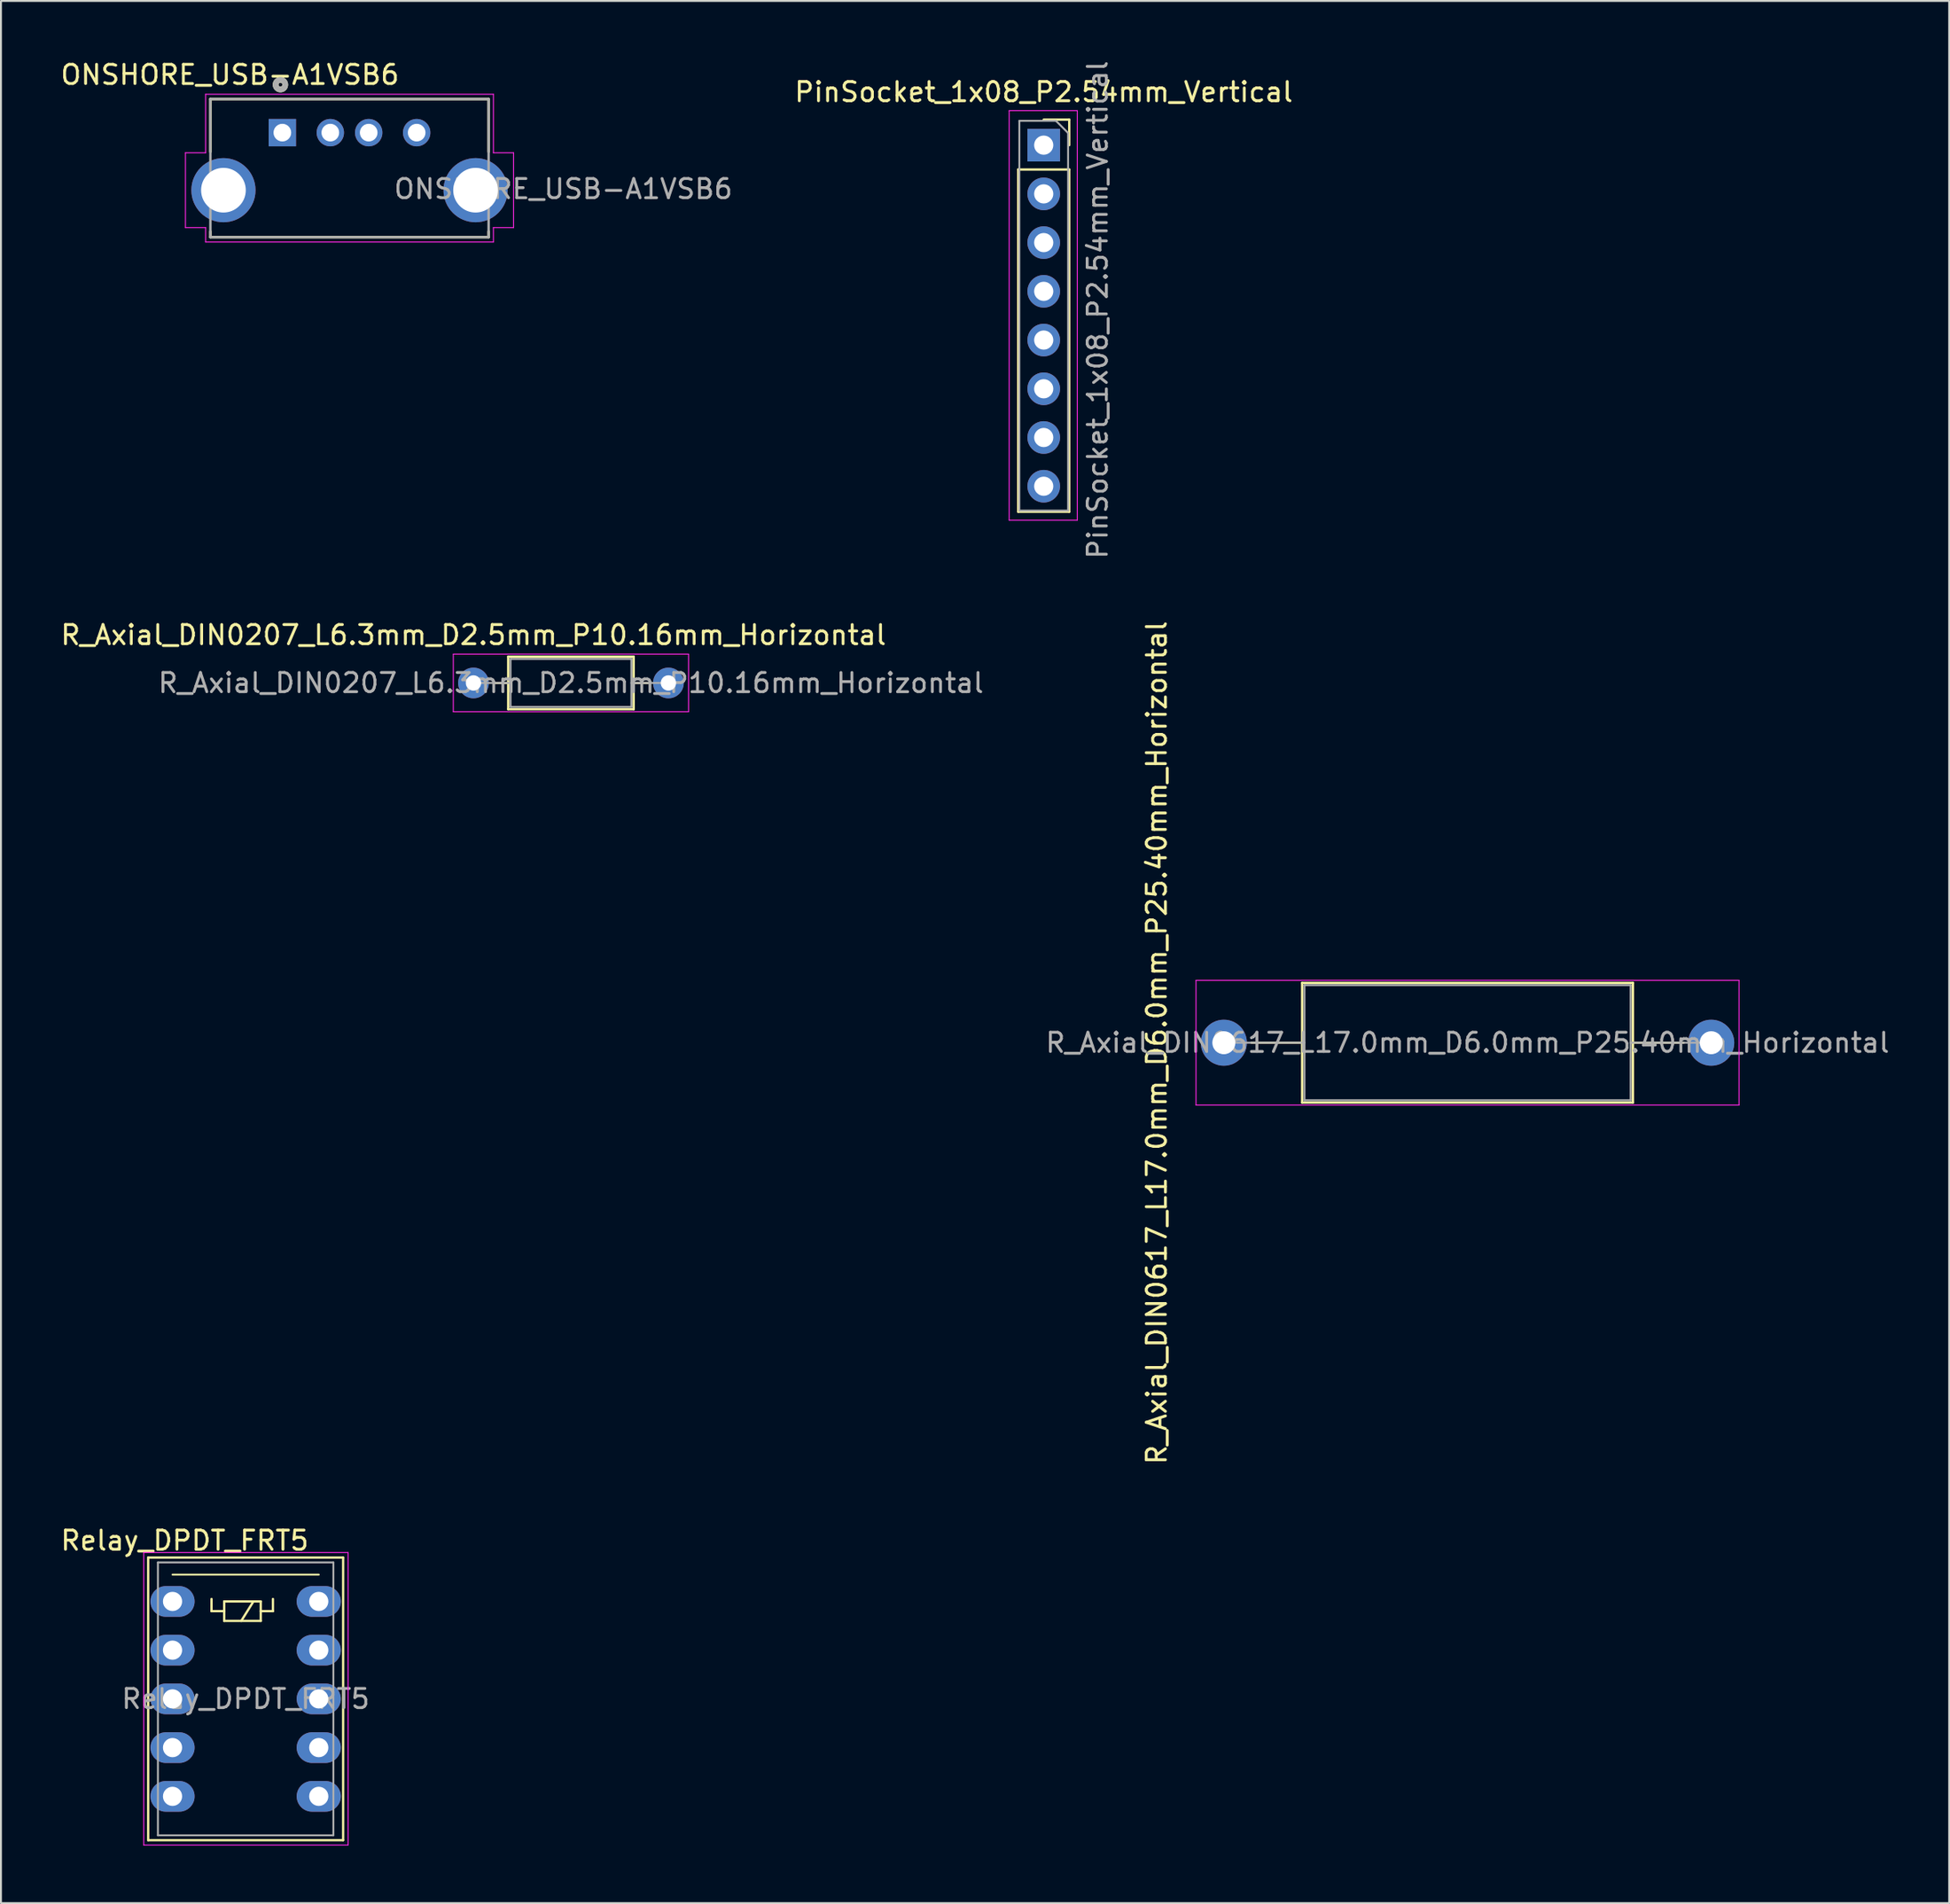
<source format=kicad_pcb>
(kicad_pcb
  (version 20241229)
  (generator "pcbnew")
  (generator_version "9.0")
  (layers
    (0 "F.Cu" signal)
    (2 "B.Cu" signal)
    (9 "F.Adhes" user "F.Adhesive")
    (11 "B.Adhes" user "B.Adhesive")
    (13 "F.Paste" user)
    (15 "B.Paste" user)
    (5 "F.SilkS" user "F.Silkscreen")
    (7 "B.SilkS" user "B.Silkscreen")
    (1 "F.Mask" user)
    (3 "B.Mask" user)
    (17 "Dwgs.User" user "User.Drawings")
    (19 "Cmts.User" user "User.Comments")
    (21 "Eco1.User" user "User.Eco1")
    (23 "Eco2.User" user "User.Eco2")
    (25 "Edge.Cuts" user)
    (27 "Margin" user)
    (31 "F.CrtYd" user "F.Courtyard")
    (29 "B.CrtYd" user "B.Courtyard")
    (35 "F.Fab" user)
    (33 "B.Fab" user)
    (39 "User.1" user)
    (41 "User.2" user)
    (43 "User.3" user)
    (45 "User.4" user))
  (footprint "R_Axial_DIN0207_L6.3mm_D2.5mm_P10.16mm_Horizontal"
    (layer "F.Cu")
    (at 21.625 32.551)
    (property "Reference" "R_Axial_DIN0207_L6.3mm_D2.5mm_P10.16mm_Horizontal" (at 0 -2.5 180) (layer "F.SilkS") (effects (font (size 1 1) (thickness 0.15))))
    (attr through_hole)
    (fp_line (start 1.04 0) (end 1.81 0) (stroke (width 0.12) (type solid)) (layer "F.SilkS"))
    (fp_line (start 1.81 -1.37) (end 1.81 1.37) (stroke (width 0.12) (type solid)) (layer "F.SilkS"))
    (fp_line (start 1.81 1.37) (end 8.35 1.37) (stroke (width 0.12) (type solid)) (layer "F.SilkS"))
    (fp_line (start 8.35 -1.37) (end 1.81 -1.37) (stroke (width 0.12) (type solid)) (layer "F.SilkS"))
    (fp_line (start 8.35 1.37) (end 8.35 -1.37) (stroke (width 0.12) (type solid)) (layer "F.SilkS"))
    (fp_line (start 9.12 0) (end 8.35 0) (stroke (width 0.12) (type solid)) (layer "F.SilkS"))
    (fp_line (start -1.05 -1.5) (end -1.05 1.5) (stroke (width 0.05) (type solid)) (layer "F.CrtYd"))
    (fp_line (start -1.05 1.5) (end 11.21 1.5) (stroke (width 0.05) (type solid)) (layer "F.CrtYd"))
    (fp_line (start 11.21 -1.5) (end -1.05 -1.5) (stroke (width 0.05) (type solid)) (layer "F.CrtYd"))
    (fp_line (start 11.21 1.5) (end 11.21 -1.5) (stroke (width 0.05) (type solid)) (layer "F.CrtYd"))
    (fp_line (start 0 0) (end 1.93 0) (stroke (width 0.1) (type solid)) (layer "F.Fab"))
    (fp_line (start 1.93 -1.25) (end 1.93 1.25) (stroke (width 0.1) (type solid)) (layer "F.Fab"))
    (fp_line (start 1.93 1.25) (end 8.23 1.25) (stroke (width 0.1) (type solid)) (layer "F.Fab"))
    (fp_line (start 8.23 -1.25) (end 1.93 -1.25) (stroke (width 0.1) (type solid)) (layer "F.Fab"))
    (fp_line (start 8.23 1.25) (end 8.23 -1.25) (stroke (width 0.1) (type solid)) (layer "F.Fab"))
    (fp_line (start 10.16 0) (end 8.23 0) (stroke (width 0.1) (type solid)) (layer "F.Fab"))
    (fp_text user "${REFERENCE}" (at 5.08 0 180) (layer "F.Fab") (effects (font (size 1 1) (thickness 0.15))))
    (pad "1" thru_hole circle (at 0 0) (size 1.6 1.6) (drill 0.8) (layers "*.Cu" "*.Mask"))
    (pad "2" thru_hole oval (at 10.16 0) (size 1.6 1.6) (drill 0.8) (layers "*.Cu" "*.Mask")))
  (footprint "ONSHORE_USB-A1VSB6"
    (layer "F.Cu")
    (at 15.165 6.864)
    (property "Reference" "ONSHORE_USB-A1VSB6" (at -6.23 -6.016 0) (layer "F.SilkS") (effects (font (size 1 1) (thickness 0.15))))
    (attr through_hole)
    (fp_line (start -7.25 -4.75) (end 7.25 -4.75) (stroke (width 0.127) (type solid)) (layer "F.SilkS"))
    (fp_line (start -7.25 -2) (end -7.25 -4.75) (stroke (width 0.127) (type solid)) (layer "F.SilkS"))
    (fp_line (start -7.25 2.45) (end -7.25 2.15) (stroke (width 0.127) (type solid)) (layer "F.SilkS"))
    (fp_line (start 7.25 -4.75) (end 7.25 -2) (stroke (width 0.127) (type solid)) (layer "F.SilkS"))
    (fp_line (start 7.25 2.15) (end 7.25 2.45) (stroke (width 0.127) (type solid)) (layer "F.SilkS"))
    (fp_line (start 7.25 2.45) (end -7.25 2.45) (stroke (width 0.127) (type solid)) (layer "F.SilkS"))
    (fp_circle (center -3.6 -5.5) (end -3.5 -5.5) (stroke (width 0.3) (type solid)) (fill no) (layer "F.SilkS"))
    (fp_line (start -8.55 -1.95) (end -7.5 -1.95) (stroke (width 0.05) (type solid)) (layer "F.CrtYd"))
    (fp_line (start -8.55 1.95) (end -8.55 -1.95) (stroke (width 0.05) (type solid)) (layer "F.CrtYd"))
    (fp_line (start -7.5 -5) (end 7.5 -5) (stroke (width 0.05) (type solid)) (layer "F.CrtYd"))
    (fp_line (start -7.5 -1.95) (end -7.5 -5) (stroke (width 0.05) (type solid)) (layer "F.CrtYd"))
    (fp_line (start -7.5 1.95) (end -8.55 1.95) (stroke (width 0.05) (type solid)) (layer "F.CrtYd"))
    (fp_line (start -7.5 2.7) (end -7.5 1.95) (stroke (width 0.05) (type solid)) (layer "F.CrtYd"))
    (fp_line (start 7.5 -5) (end 7.5 -1.95) (stroke (width 0.05) (type solid)) (layer "F.CrtYd"))
    (fp_line (start 7.5 -1.95) (end 8.55 -1.95) (stroke (width 0.05) (type solid)) (layer "F.CrtYd"))
    (fp_line (start 7.5 1.95) (end 7.5 2.7) (stroke (width 0.05) (type solid)) (layer "F.CrtYd"))
    (fp_line (start 7.5 2.7) (end -7.5 2.7) (stroke (width 0.05) (type solid)) (layer "F.CrtYd"))
    (fp_line (start 8.55 -1.95) (end 8.55 1.95) (stroke (width 0.05) (type solid)) (layer "F.CrtYd"))
    (fp_line (start 8.55 1.95) (end 7.5 1.95) (stroke (width 0.05) (type solid)) (layer "F.CrtYd"))
    (fp_line (start -7.25 -4.75) (end 7.25 -4.75) (stroke (width 0.127) (type solid)) (layer "F.Fab"))
    (fp_line (start -7.25 2.45) (end -7.25 -4.75) (stroke (width 0.127) (type solid)) (layer "F.Fab"))
    (fp_line (start 7.25 -4.75) (end 7.25 2.45) (stroke (width 0.127) (type solid)) (layer "F.Fab"))
    (fp_line (start 7.25 2.45) (end -7.25 2.45) (stroke (width 0.127) (type solid)) (layer "F.Fab"))
    (fp_circle (center -3.6 -5.5) (end -3.5 -5.5) (stroke (width 0.3) (type solid)) (fill no) (layer "F.Fab"))
    (fp_text user "${REFERENCE}" (at 11.144 -0.062 0) (unlocked yes) (layer "F.Fab") (effects (font (size 1 1) (thickness 0.15))))
    (pad "1" thru_hole rect (at -3.5 -3) (size 1.428 1.428) (drill 0.92) (layers "*.Cu" "*.Mask"))
    (pad "2" thru_hole circle (at -1 -3) (size 1.428 1.428) (drill 0.92) (layers "*.Cu" "*.Mask"))
    (pad "3" thru_hole circle (at 1 -3) (size 1.428 1.428) (drill 0.92) (layers "*.Cu" "*.Mask"))
    (pad "4" thru_hole circle (at 3.5 -3) (size 1.428 1.428) (drill 0.92) (layers "*.Cu" "*.Mask"))
    (pad "S1" thru_hole circle (at -6.57 0) (size 3.346 3.346) (drill 2.33) (layers "*.Cu" "*.Mask"))
    (pad "S2" thru_hole circle (at 6.57 0) (size 3.346 3.346) (drill 2.33) (layers "*.Cu" "*.Mask")))
  (footprint "Relay_DPDT_FRT5"
    (layer "F.Cu")
    (at 5.942 80.428)
    (property "Reference" "Relay_DPDT_FRT5" (at 0.635 -3.175 0) (layer "F.SilkS") (effects (font (size 1 1) (thickness 0.15))))
    (attr through_hole)
    (fp_line (start -1.27 -2.286) (end 8.89 -2.286) (stroke (width 0.12) (type solid)) (layer "F.SilkS"))
    (fp_line (start -1.27 12.446) (end -1.27 -2.286) (stroke (width 0.12) (type solid)) (layer "F.SilkS"))
    (fp_line (start 0 -1.397) (end 7.62 -1.397) (stroke (width 0.1) (type solid)) (layer "F.SilkS"))
    (fp_line (start 2.032 -0.127) (end 2.032 0.508) (stroke (width 0.12) (type solid)) (layer "F.SilkS"))
    (fp_line (start 2.032 0.508) (end 2.692 0.508) (stroke (width 0.12) (type solid)) (layer "F.SilkS"))
    (fp_line (start 2.692 0) (end 2.692 1.016) (stroke (width 0.12) (type solid)) (layer "F.SilkS"))
    (fp_line (start 2.692 1.016) (end 4.597 1.016) (stroke (width 0.12) (type solid)) (layer "F.SilkS"))
    (fp_line (start 4.216 0) (end 3.581 1.016) (stroke (width 0.12) (type solid)) (layer "F.SilkS"))
    (fp_line (start 4.597 0) (end 2.692 0) (stroke (width 0.12) (type solid)) (layer "F.SilkS"))
    (fp_line (start 4.597 0) (end 4.597 1.016) (stroke (width 0.12) (type solid)) (layer "F.SilkS"))
    (fp_line (start 5.232 -0.127) (end 5.232 0.508) (stroke (width 0.12) (type solid)) (layer "F.SilkS"))
    (fp_line (start 5.232 0.508) (end 4.597 0.508) (stroke (width 0.12) (type solid)) (layer "F.SilkS"))
    (fp_line (start 8.89 -2.286) (end 8.89 12.446) (stroke (width 0.12) (type solid)) (layer "F.SilkS"))
    (fp_line (start 8.89 12.446) (end -1.27 12.446) (stroke (width 0.12) (type solid)) (layer "F.SilkS"))
    (fp_line (start -1.5 -2.55) (end 9.15 -2.55) (stroke (width 0.05) (type solid)) (layer "F.CrtYd"))
    (fp_line (start -1.5 12.7) (end -1.5 -2.55) (stroke (width 0.05) (type solid)) (layer "F.CrtYd"))
    (fp_line (start 9.15 -2.55) (end 9.15 12.7) (stroke (width 0.05) (type solid)) (layer "F.CrtYd"))
    (fp_line (start 9.15 12.7) (end -1.5 12.7) (stroke (width 0.05) (type solid)) (layer "F.CrtYd"))
    (fp_line (start -0.762 -2.032) (end 8.382 -2.032) (stroke (width 0.1) (type solid)) (layer "F.Fab"))
    (fp_line (start -0.762 12.192) (end -0.762 -2.032) (stroke (width 0.1) (type solid)) (layer "F.Fab"))
    (fp_line (start 8.382 -2.032) (end 8.382 12.192) (stroke (width 0.1) (type solid)) (layer "F.Fab"))
    (fp_line (start 8.382 12.192) (end -0.762 12.192) (stroke (width 0.1) (type solid)) (layer "F.Fab"))
    (fp_text user "${REFERENCE}" (at 3.81 5.08 0) (layer "F.Fab") (effects (font (size 1 1) (thickness 0.15))))
    (pad "1" thru_hole oval (at 0 0) (size 2.3 1.6) (drill 1) (layers "*.Cu" "*.Mask"))
    (pad "2" thru_hole oval (at 0 2.54) (size 2.3 1.6) (drill 1) (layers "*.Cu" "*.Mask"))
    (pad "3" thru_hole oval (at 0 5.08) (size 2.3 1.6) (drill 1) (layers "*.Cu" "*.Mask"))
    (pad "4" thru_hole oval (at 0 7.62) (size 2.3 1.6) (drill 1) (layers "*.Cu" "*.Mask"))
    (pad "5" thru_hole oval (at 0 10.16) (size 2.3 1.6) (drill 1) (layers "*.Cu" "*.Mask"))
    (pad "6" thru_hole oval (at 7.62 10.16) (size 2.3 1.6) (drill 1) (layers "*.Cu" "*.Mask"))
    (pad "7" thru_hole oval (at 7.62 7.62) (size 2.3 1.6) (drill 1) (layers "*.Cu" "*.Mask"))
    (pad "8" thru_hole oval (at 7.62 5.08) (size 2.3 1.6) (drill 1) (layers "*.Cu" "*.Mask"))
    (pad "9" thru_hole oval (at 7.62 2.54) (size 2.3 1.6) (drill 1) (layers "*.Cu" "*.Mask"))
    (pad "10" thru_hole oval (at 7.62 0) (size 2.3 1.6) (drill 1) (layers "*.Cu" "*.Mask")))
  (footprint "PinSocket_1x08_P2.54mm_Vertical"
    (layer "F.Cu")
    (at 51.344 4.516)
    (property "Reference" "PinSocket_1x08_P2.54mm_Vertical" (at 0 -2.77 0) (layer "F.SilkS") (effects (font (size 1 1) (thickness 0.15))))
    (attr through_hole)
    (fp_line (start -1.33 1.27) (end -1.33 19.11) (stroke (width 0.12) (type solid)) (layer "F.SilkS"))
    (fp_line (start -1.33 1.27) (end 1.33 1.27) (stroke (width 0.12) (type solid)) (layer "F.SilkS"))
    (fp_line (start -1.33 19.11) (end 1.33 19.11) (stroke (width 0.12) (type solid)) (layer "F.SilkS"))
    (fp_line (start 0 -1.33) (end 1.33 -1.33) (stroke (width 0.12) (type solid)) (layer "F.SilkS"))
    (fp_line (start 1.33 -1.33) (end 1.33 0) (stroke (width 0.12) (type solid)) (layer "F.SilkS"))
    (fp_line (start 1.33 1.27) (end 1.33 19.11) (stroke (width 0.12) (type solid)) (layer "F.SilkS"))
    (fp_line (start -1.8 -1.8) (end 1.75 -1.8) (stroke (width 0.05) (type solid)) (layer "F.CrtYd"))
    (fp_line (start -1.8 19.55) (end -1.8 -1.8) (stroke (width 0.05) (type solid)) (layer "F.CrtYd"))
    (fp_line (start 1.75 -1.8) (end 1.75 19.55) (stroke (width 0.05) (type solid)) (layer "F.CrtYd"))
    (fp_line (start 1.75 19.55) (end -1.8 19.55) (stroke (width 0.05) (type solid)) (layer "F.CrtYd"))
    (fp_line (start -1.27 -1.27) (end 0.635 -1.27) (stroke (width 0.1) (type solid)) (layer "F.Fab"))
    (fp_line (start -1.27 19.05) (end -1.27 -1.27) (stroke (width 0.1) (type solid)) (layer "F.Fab"))
    (fp_line (start 0.635 -1.27) (end 1.27 -0.635) (stroke (width 0.1) (type solid)) (layer "F.Fab"))
    (fp_line (start 1.27 -0.635) (end 1.27 19.05) (stroke (width 0.1) (type solid)) (layer "F.Fab"))
    (fp_line (start 1.27 19.05) (end -1.27 19.05) (stroke (width 0.1) (type solid)) (layer "F.Fab"))
    (fp_text user "${REFERENCE}" (at 2.809 8.585 90) (layer "F.Fab") (effects (font (size 1 1) (thickness 0.15))))
    (pad "1" thru_hole rect (at 0 0) (size 1.7 1.7) (drill 1) (layers "*.Cu" "*.Mask"))
    (pad "2" thru_hole oval (at 0 2.54) (size 1.7 1.7) (drill 1) (layers "*.Cu" "*.Mask"))
    (pad "3" thru_hole oval (at 0 5.08) (size 1.7 1.7) (drill 1) (layers "*.Cu" "*.Mask"))
    (pad "4" thru_hole oval (at 0 7.62) (size 1.7 1.7) (drill 1) (layers "*.Cu" "*.Mask"))
    (pad "5" thru_hole oval (at 0 10.16) (size 1.7 1.7) (drill 1) (layers "*.Cu" "*.Mask"))
    (pad "6" thru_hole oval (at 0 12.7) (size 1.7 1.7) (drill 1) (layers "*.Cu" "*.Mask"))
    (pad "7" thru_hole oval (at 0 15.24) (size 1.7 1.7) (drill 1) (layers "*.Cu" "*.Mask"))
    (pad "8" thru_hole oval (at 0 17.78) (size 1.7 1.7) (drill 1) (layers "*.Cu" "*.Mask")))
  (footprint "R_Axial_DIN0617_L17.0mm_D6.0mm_P25.40mm_Horizontal"
    (layer "F.Cu")
    (at 60.731 51.304)
    (property "Reference" "R_Axial_DIN0617_L17.0mm_D6.0mm_P25.40mm_Horizontal" (at -3.5 0 270) (layer "F.SilkS") (effects (font (size 1 1) (thickness 0.15))))
    (attr through_hole)
    (fp_line (start 1.44 0) (end 4.08 0) (stroke (width 0.12) (type solid)) (layer "F.SilkS"))
    (fp_line (start 4.08 -3.12) (end 4.08 3.12) (stroke (width 0.12) (type solid)) (layer "F.SilkS"))
    (fp_line (start 4.08 3.12) (end 21.32 3.12) (stroke (width 0.12) (type solid)) (layer "F.SilkS"))
    (fp_line (start 21.32 -3.12) (end 4.08 -3.12) (stroke (width 0.12) (type solid)) (layer "F.SilkS"))
    (fp_line (start 21.32 3.12) (end 21.32 -3.12) (stroke (width 0.12) (type solid)) (layer "F.SilkS"))
    (fp_line (start 23.96 0) (end 21.32 0) (stroke (width 0.12) (type solid)) (layer "F.SilkS"))
    (fp_line (start -1.45 -3.25) (end -1.45 3.25) (stroke (width 0.05) (type solid)) (layer "F.CrtYd"))
    (fp_line (start -1.45 3.25) (end 26.85 3.25) (stroke (width 0.05) (type solid)) (layer "F.CrtYd"))
    (fp_line (start 26.85 -3.25) (end -1.45 -3.25) (stroke (width 0.05) (type solid)) (layer "F.CrtYd"))
    (fp_line (start 26.85 3.25) (end 26.85 -3.25) (stroke (width 0.05) (type solid)) (layer "F.CrtYd"))
    (fp_line (start 0 0) (end 4.2 0) (stroke (width 0.1) (type solid)) (layer "F.Fab"))
    (fp_line (start 4.2 -3) (end 4.2 3) (stroke (width 0.1) (type solid)) (layer "F.Fab"))
    (fp_line (start 4.2 3) (end 21.2 3) (stroke (width 0.1) (type solid)) (layer "F.Fab"))
    (fp_line (start 21.2 -3) (end 4.2 -3) (stroke (width 0.1) (type solid)) (layer "F.Fab"))
    (fp_line (start 21.2 3) (end 21.2 -3) (stroke (width 0.1) (type solid)) (layer "F.Fab"))
    (fp_line (start 25.4 0) (end 21.2 0) (stroke (width 0.1) (type solid)) (layer "F.Fab"))
    (fp_text user "${REFERENCE}" (at 12.7 0 0) (layer "F.Fab") (effects (font (size 1 1) (thickness 0.15))))
    (pad "1" thru_hole circle (at 0 0) (size 2.4 2.4) (drill 1.2) (layers "*.Cu" "*.Mask"))
    (pad "2" thru_hole oval (at 25.4 0) (size 2.4 2.4) (drill 1.2) (layers "*.Cu" "*.Mask")))
  (gr_rect
    (start -3 -3)
    (end 98.532 96.153)
    (stroke (width 0.1) (type default))
    (fill no)
    (layer "Edge.Cuts")))
</source>
